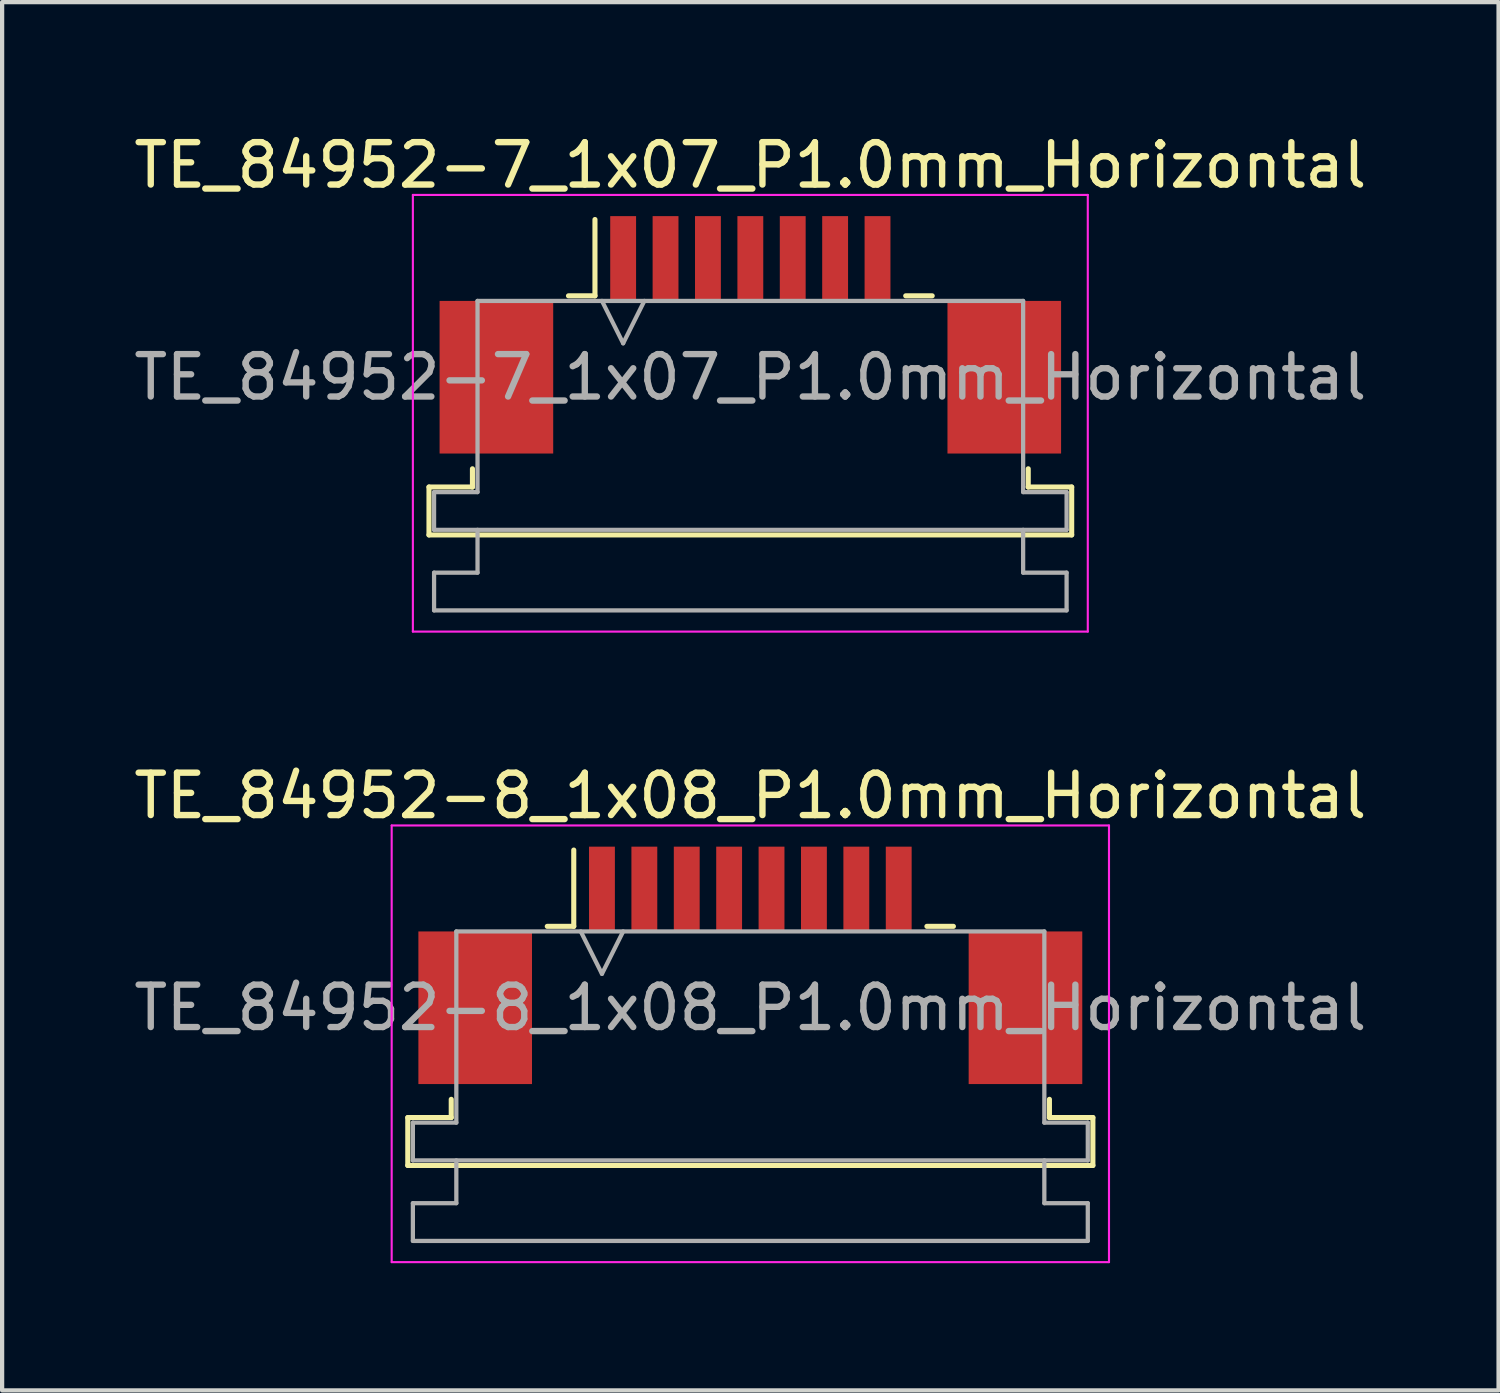
<source format=kicad_pcb>
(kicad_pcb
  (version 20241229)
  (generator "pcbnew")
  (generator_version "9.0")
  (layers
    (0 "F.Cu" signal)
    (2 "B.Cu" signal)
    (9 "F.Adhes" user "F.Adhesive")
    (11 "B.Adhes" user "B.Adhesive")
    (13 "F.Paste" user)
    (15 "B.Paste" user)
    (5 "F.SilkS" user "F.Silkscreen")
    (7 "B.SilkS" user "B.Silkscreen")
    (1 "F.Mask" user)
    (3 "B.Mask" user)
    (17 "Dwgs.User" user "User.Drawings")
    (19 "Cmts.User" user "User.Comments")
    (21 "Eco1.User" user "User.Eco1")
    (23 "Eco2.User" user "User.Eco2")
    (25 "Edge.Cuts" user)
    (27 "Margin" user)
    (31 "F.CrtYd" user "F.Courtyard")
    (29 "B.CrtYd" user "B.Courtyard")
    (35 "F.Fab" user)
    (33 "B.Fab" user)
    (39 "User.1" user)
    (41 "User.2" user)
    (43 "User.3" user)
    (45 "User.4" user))
  (footprint "TE_84952-8_1x08_P1.0mm_Horizontal"
    (layer "F.Cu")
    (at 14.649 19.721)
    (property "Reference" "TE_84952-8_1x08_P1.0mm_Horizontal" (at 0 -4 0) (layer "F.SilkS") (effects (font (size 1 1) (thickness 0.15))))
    (attr smd)
    (fp_line (start -8.08 3.59) (end -7.055 3.59) (stroke (width 0.12) (type solid)) (layer "F.SilkS"))
    (fp_line (start -8.08 4.72) (end -8.08 3.59) (stroke (width 0.12) (type solid)) (layer "F.SilkS"))
    (fp_line (start -7.055 3.59) (end -7.055 3.16) (stroke (width 0.12) (type solid)) (layer "F.SilkS"))
    (fp_line (start -4.79 -0.92) (end -4.165 -0.92) (stroke (width 0.12) (type solid)) (layer "F.SilkS"))
    (fp_line (start -4.165 -0.92) (end -4.165 -2.72) (stroke (width 0.12) (type solid)) (layer "F.SilkS"))
    (fp_line (start 4.165 -0.92) (end 4.79 -0.92) (stroke (width 0.12) (type solid)) (layer "F.SilkS"))
    (fp_line (start 7.055 3.16) (end 7.055 3.59) (stroke (width 0.12) (type solid)) (layer "F.SilkS"))
    (fp_line (start 7.055 3.59) (end 8.08 3.59) (stroke (width 0.12) (type solid)) (layer "F.SilkS"))
    (fp_line (start 8.08 3.59) (end 8.08 4.72) (stroke (width 0.12) (type solid)) (layer "F.SilkS"))
    (fp_line (start 8.08 4.72) (end -8.08 4.72) (stroke (width 0.12) (type solid)) (layer "F.SilkS"))
    (fp_line (start -8.46 -3.3) (end -8.46 7) (stroke (width 0.05) (type solid)) (layer "F.CrtYd"))
    (fp_line (start -8.46 7) (end 8.46 7) (stroke (width 0.05) (type solid)) (layer "F.CrtYd"))
    (fp_line (start 8.46 -3.3) (end -8.46 -3.3) (stroke (width 0.05) (type solid)) (layer "F.CrtYd"))
    (fp_line (start 8.46 7) (end 8.46 -3.3) (stroke (width 0.05) (type solid)) (layer "F.CrtYd"))
    (fp_line (start -7.96 3.71) (end -6.935 3.71) (stroke (width 0.1) (type solid)) (layer "F.Fab"))
    (fp_line (start -7.96 4.6) (end -7.96 3.71) (stroke (width 0.1) (type solid)) (layer "F.Fab"))
    (fp_line (start -7.96 5.61) (end -6.935 5.61) (stroke (width 0.1) (type solid)) (layer "F.Fab"))
    (fp_line (start -7.96 6.5) (end -7.96 5.61) (stroke (width 0.1) (type solid)) (layer "F.Fab"))
    (fp_line (start -6.935 -0.8) (end 6.935 -0.8) (stroke (width 0.1) (type solid)) (layer "F.Fab"))
    (fp_line (start -6.935 3.71) (end -6.935 -0.8) (stroke (width 0.1) (type solid)) (layer "F.Fab"))
    (fp_line (start -6.935 5.61) (end -6.935 4.6) (stroke (width 0.1) (type solid)) (layer "F.Fab"))
    (fp_line (start -4 -0.8) (end -3.5 0.2) (stroke (width 0.1) (type solid)) (layer "F.Fab"))
    (fp_line (start -3.5 0.2) (end -3 -0.8) (stroke (width 0.1) (type solid)) (layer "F.Fab"))
    (fp_line (start 6.935 -0.8) (end 6.935 3.71) (stroke (width 0.1) (type solid)) (layer "F.Fab"))
    (fp_line (start 6.935 3.71) (end 7.96 3.71) (stroke (width 0.1) (type solid)) (layer "F.Fab"))
    (fp_line (start 6.935 4.6) (end 6.935 5.61) (stroke (width 0.1) (type solid)) (layer "F.Fab"))
    (fp_line (start 6.935 5.61) (end 7.96 5.61) (stroke (width 0.1) (type solid)) (layer "F.Fab"))
    (fp_line (start 7.96 3.71) (end 7.96 4.6) (stroke (width 0.1) (type solid)) (layer "F.Fab"))
    (fp_line (start 7.96 4.6) (end -7.96 4.6) (stroke (width 0.1) (type solid)) (layer "F.Fab"))
    (fp_line (start 7.96 5.61) (end 7.96 6.5) (stroke (width 0.1) (type solid)) (layer "F.Fab"))
    (fp_line (start 7.96 6.5) (end -7.96 6.5) (stroke (width 0.1) (type solid)) (layer "F.Fab"))
    (fp_text user "${REFERENCE}" (at 0 1 0) (layer "F.Fab") (effects (font (size 1 1) (thickness 0.15))))
    (pad "" smd rect (at -6.49 1) (size 2.68 3.6) (layers "F.Cu" "F.Mask" "F.Paste"))
    (pad "" smd rect (at 6.49 1) (size 2.68 3.6) (layers "F.Cu" "F.Mask" "F.Paste"))
    (pad "1" smd rect (at -3.5 -1.8) (size 0.61 2) (layers "F.Cu" "F.Mask" "F.Paste"))
    (pad "2" smd rect (at -2.5 -1.8) (size 0.61 2) (layers "F.Cu" "F.Mask" "F.Paste"))
    (pad "3" smd rect (at -1.5 -1.8) (size 0.61 2) (layers "F.Cu" "F.Mask" "F.Paste"))
    (pad "4" smd rect (at -0.5 -1.8) (size 0.61 2) (layers "F.Cu" "F.Mask" "F.Paste"))
    (pad "5" smd rect (at 0.5 -1.8) (size 0.61 2) (layers "F.Cu" "F.Mask" "F.Paste"))
    (pad "6" smd rect (at 1.5 -1.8) (size 0.61 2) (layers "F.Cu" "F.Mask" "F.Paste"))
    (pad "7" smd rect (at 2.5 -1.8) (size 0.61 2) (layers "F.Cu" "F.Mask" "F.Paste"))
    (pad "8" smd rect (at 3.5 -1.8) (size 0.61 2) (layers "F.Cu" "F.Mask" "F.Paste")))
  (footprint "TE_84952-7_1x07_P1.0mm_Horizontal"
    (layer "F.Cu")
    (at 14.649 4.848)
    (property "Reference" "TE_84952-7_1x07_P1.0mm_Horizontal" (at 0 -4 0) (layer "F.SilkS") (effects (font (size 1 1) (thickness 0.15))))
    (attr smd)
    (fp_line (start -7.58 3.59) (end -6.555 3.59) (stroke (width 0.12) (type solid)) (layer "F.SilkS"))
    (fp_line (start -7.58 4.72) (end -7.58 3.59) (stroke (width 0.12) (type solid)) (layer "F.SilkS"))
    (fp_line (start -6.555 3.59) (end -6.555 3.16) (stroke (width 0.12) (type solid)) (layer "F.SilkS"))
    (fp_line (start -4.29 -0.92) (end -3.665 -0.92) (stroke (width 0.12) (type solid)) (layer "F.SilkS"))
    (fp_line (start -3.665 -0.92) (end -3.665 -2.72) (stroke (width 0.12) (type solid)) (layer "F.SilkS"))
    (fp_line (start 3.665 -0.92) (end 4.29 -0.92) (stroke (width 0.12) (type solid)) (layer "F.SilkS"))
    (fp_line (start 6.555 3.16) (end 6.555 3.59) (stroke (width 0.12) (type solid)) (layer "F.SilkS"))
    (fp_line (start 6.555 3.59) (end 7.58 3.59) (stroke (width 0.12) (type solid)) (layer "F.SilkS"))
    (fp_line (start 7.58 3.59) (end 7.58 4.72) (stroke (width 0.12) (type solid)) (layer "F.SilkS"))
    (fp_line (start 7.58 4.72) (end -7.58 4.72) (stroke (width 0.12) (type solid)) (layer "F.SilkS"))
    (fp_line (start -7.96 -3.3) (end -7.96 7) (stroke (width 0.05) (type solid)) (layer "F.CrtYd"))
    (fp_line (start -7.96 7) (end 7.96 7) (stroke (width 0.05) (type solid)) (layer "F.CrtYd"))
    (fp_line (start 7.96 -3.3) (end -7.96 -3.3) (stroke (width 0.05) (type solid)) (layer "F.CrtYd"))
    (fp_line (start 7.96 7) (end 7.96 -3.3) (stroke (width 0.05) (type solid)) (layer "F.CrtYd"))
    (fp_line (start -7.46 3.71) (end -6.435 3.71) (stroke (width 0.1) (type solid)) (layer "F.Fab"))
    (fp_line (start -7.46 4.6) (end -7.46 3.71) (stroke (width 0.1) (type solid)) (layer "F.Fab"))
    (fp_line (start -7.46 5.61) (end -6.435 5.61) (stroke (width 0.1) (type solid)) (layer "F.Fab"))
    (fp_line (start -7.46 6.5) (end -7.46 5.61) (stroke (width 0.1) (type solid)) (layer "F.Fab"))
    (fp_line (start -6.435 -0.8) (end 6.435 -0.8) (stroke (width 0.1) (type solid)) (layer "F.Fab"))
    (fp_line (start -6.435 3.71) (end -6.435 -0.8) (stroke (width 0.1) (type solid)) (layer "F.Fab"))
    (fp_line (start -6.435 5.61) (end -6.435 4.6) (stroke (width 0.1) (type solid)) (layer "F.Fab"))
    (fp_line (start -3.5 -0.8) (end -3 0.2) (stroke (width 0.1) (type solid)) (layer "F.Fab"))
    (fp_line (start -3 0.2) (end -2.5 -0.8) (stroke (width 0.1) (type solid)) (layer "F.Fab"))
    (fp_line (start 6.435 -0.8) (end 6.435 3.71) (stroke (width 0.1) (type solid)) (layer "F.Fab"))
    (fp_line (start 6.435 3.71) (end 7.46 3.71) (stroke (width 0.1) (type solid)) (layer "F.Fab"))
    (fp_line (start 6.435 4.6) (end 6.435 5.61) (stroke (width 0.1) (type solid)) (layer "F.Fab"))
    (fp_line (start 6.435 5.61) (end 7.46 5.61) (stroke (width 0.1) (type solid)) (layer "F.Fab"))
    (fp_line (start 7.46 3.71) (end 7.46 4.6) (stroke (width 0.1) (type solid)) (layer "F.Fab"))
    (fp_line (start 7.46 4.6) (end -7.46 4.6) (stroke (width 0.1) (type solid)) (layer "F.Fab"))
    (fp_line (start 7.46 5.61) (end 7.46 6.5) (stroke (width 0.1) (type solid)) (layer "F.Fab"))
    (fp_line (start 7.46 6.5) (end -7.46 6.5) (stroke (width 0.1) (type solid)) (layer "F.Fab"))
    (fp_text user "${REFERENCE}" (at 0 1 0) (layer "F.Fab") (effects (font (size 1 1) (thickness 0.15))))
    (pad "" smd rect (at -5.99 1) (size 2.68 3.6) (layers "F.Cu" "F.Mask" "F.Paste"))
    (pad "" smd rect (at 5.99 1) (size 2.68 3.6) (layers "F.Cu" "F.Mask" "F.Paste"))
    (pad "1" smd rect (at -3 -1.8) (size 0.61 2) (layers "F.Cu" "F.Mask" "F.Paste"))
    (pad "2" smd rect (at -2 -1.8) (size 0.61 2) (layers "F.Cu" "F.Mask" "F.Paste"))
    (pad "3" smd rect (at -1 -1.8) (size 0.61 2) (layers "F.Cu" "F.Mask" "F.Paste"))
    (pad "4" smd rect (at 0 -1.8) (size 0.61 2) (layers "F.Cu" "F.Mask" "F.Paste"))
    (pad "5" smd rect (at 1 -1.8) (size 0.61 2) (layers "F.Cu" "F.Mask" "F.Paste"))
    (pad "6" smd rect (at 2 -1.8) (size 0.61 2) (layers "F.Cu" "F.Mask" "F.Paste"))
    (pad "7" smd rect (at 3 -1.8) (size 0.61 2) (layers "F.Cu" "F.Mask" "F.Paste")))
  (gr_rect
    (start -3 -3)
    (end 32.298 29.747)
    (stroke (width 0.1) (type default))
    (fill no)
    (layer "Edge.Cuts")))
</source>
